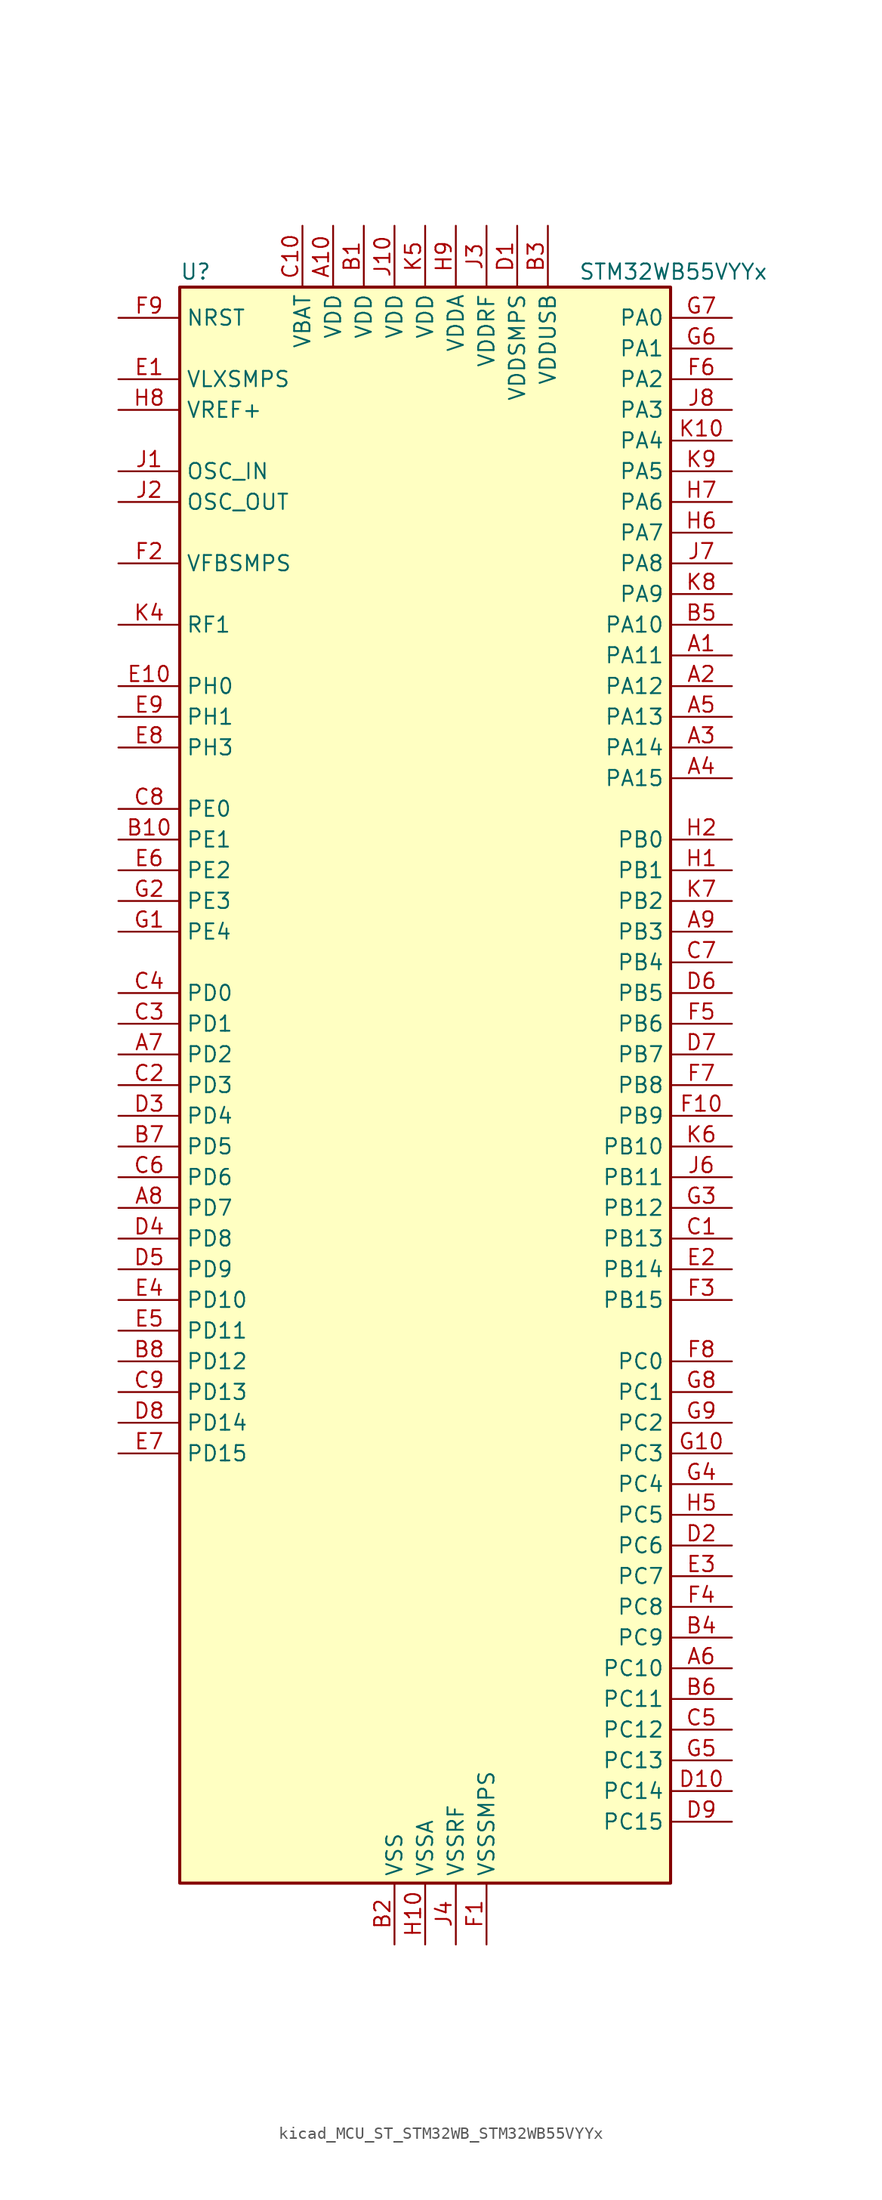
<source format=kicad_sym>
(kicad_symbol_lib
  (version 20220914)
  (generator kicad_symbol_editor)
  (symbol "kicad_MCU_ST_STM32WB_STM32WB55VYYx"
    (property "Reference" "U"
      (at -20.32 67.31 0)
      (effects (font (size 1.27 1.27)) (justify left)))
    (property "Value" "STM32WB55VYYx"
      (at 12.7 67.31 0)
      (effects (font (size 1.27 1.27)) (justify left)))
    (property "ki_locked" ""
      (at 0 0 0)
      (effects (font (size 1.27 1.27))))
    (symbol "kicad_MCU_ST_STM32WB_STM32WB55VYYx_0_1"
      (rectangle (start -20.32 -66.04) (end 20.32 66.04) (stroke (width 0.254) (type default)) (fill (type background))))
    (symbol "kicad_MCU_ST_STM32WB_STM32WB55VYYx_1_1"
      (pin bidirectional line (at 25.4 35.56 180) (length 5.08) (name "PA11" (effects (font (size 1.27 1.27)))) (number "A1" (effects (font (size 1.27 1.27)))) (alternate "ADC1_EXTI11" bidirectional line) (alternate "SPI1_MISO" bidirectional line) (alternate "TIM1_BKIN2" bidirectional line) (alternate "TIM1_CH4" bidirectional line) (alternate "USART1_CTS" bidirectional line) (alternate "USART1_NSS" bidirectional line) (alternate "USB_DM" bidirectional line))
      (pin power_in line (at -7.62 71.12 270) (length 5.08) (name "VDD" (effects (font (size 1.27 1.27)))) (number "A10" (effects (font (size 1.27 1.27)))))
      (pin bidirectional line (at 25.4 33.02 180) (length 5.08) (name "PA12" (effects (font (size 1.27 1.27)))) (number "A2" (effects (font (size 1.27 1.27)))) (alternate "LPUART1_RX" bidirectional line) (alternate "SPI1_MOSI" bidirectional line) (alternate "TIM1_ETR" bidirectional line) (alternate "USART1_DE" bidirectional line) (alternate "USART1_RTS" bidirectional line) (alternate "USB_DP" bidirectional line))
      (pin bidirectional line (at 25.4 27.94 180) (length 5.08) (name "PA14" (effects (font (size 1.27 1.27)))) (number "A3" (effects (font (size 1.27 1.27)))) (alternate "I2C1_SMBA" bidirectional line) (alternate "LCD_SEG5" bidirectional line) (alternate "LPTIM1_OUT" bidirectional line) (alternate "SAI1_FS_B" bidirectional line) (alternate "SYS_JTCK-SWCLK" bidirectional line))
      (pin bidirectional line (at 25.4 25.4 180) (length 5.08) (name "PA15" (effects (font (size 1.27 1.27)))) (number "A4" (effects (font (size 1.27 1.27)))) (alternate "ADC1_EXTI15" bidirectional line) (alternate "LCD_SEG17" bidirectional line) (alternate "RCC_MCO" bidirectional line) (alternate "SPI1_NSS" bidirectional line) (alternate "SYS_JTDI" bidirectional line) (alternate "TIM2_CH1" bidirectional line) (alternate "TIM2_ETR" bidirectional line) (alternate "TSC_G3_IO1" bidirectional line))
      (pin bidirectional line (at 25.4 30.48 180) (length 5.08) (name "PA13" (effects (font (size 1.27 1.27)))) (number "A5" (effects (font (size 1.27 1.27)))) (alternate "IR_OUT" bidirectional line) (alternate "SAI1_SD_B" bidirectional line) (alternate "SYS_JTMS-SWDIO" bidirectional line) (alternate "USB_NOE" bidirectional line))
      (pin bidirectional line (at 25.4 -48.26 180) (length 5.08) (name "PC10" (effects (font (size 1.27 1.27)))) (number "A6" (effects (font (size 1.27 1.27)))) (alternate "LCD_COM4" bidirectional line) (alternate "LCD_SEG28" bidirectional line) (alternate "LCD_SEG40" bidirectional line) (alternate "SYS_TRACED1" bidirectional line) (alternate "TSC_G3_IO2" bidirectional line))
      (pin bidirectional line (at -25.4 2.54 0) (length 5.08) (name "PD2" (effects (font (size 1.27 1.27)))) (number "A7" (effects (font (size 1.27 1.27)))) (alternate "LCD_COM7" bidirectional line) (alternate "LCD_SEG31" bidirectional line) (alternate "LCD_SEG43" bidirectional line) (alternate "SYS_TRACED2" bidirectional line) (alternate "TSC_SYNC" bidirectional line))
      (pin bidirectional line (at -25.4 -10.16 0) (length 5.08) (name "PD7" (effects (font (size 1.27 1.27)))) (number "A8" (effects (font (size 1.27 1.27)))) (alternate "LCD_SEG39" bidirectional line) (alternate "QUADSPI_BK1_IO3" bidirectional line) (alternate "TSC_G5_IO4" bidirectional line))
      (pin bidirectional line (at 25.4 12.7 180) (length 5.08) (name "PB3" (effects (font (size 1.27 1.27)))) (number "A9" (effects (font (size 1.27 1.27)))) (alternate "COMP2_INM" bidirectional line) (alternate "LCD_SEG7" bidirectional line) (alternate "SAI1_SCK_B" bidirectional line) (alternate "SPI1_SCK" bidirectional line) (alternate "SYS_JTDO-SWO" bidirectional line) (alternate "TIM2_CH2" bidirectional line) (alternate "USART1_DE" bidirectional line) (alternate "USART1_RTS" bidirectional line))
      (pin power_in line (at -5.08 71.12 270) (length 5.08) (name "VDD" (effects (font (size 1.27 1.27)))) (number "B1" (effects (font (size 1.27 1.27)))))
      (pin bidirectional line (at -25.4 20.32 0) (length 5.08) (name "PE1" (effects (font (size 1.27 1.27)))) (number "B10" (effects (font (size 1.27 1.27)))) (alternate "LCD_SEG37" bidirectional line) (alternate "TIM17_CH1" bidirectional line) (alternate "TSC_G7_IO2" bidirectional line))
      (pin power_in line (at -2.54 -71.12 90) (length 5.08) (name "VSS" (effects (font (size 1.27 1.27)))) (number "B2" (effects (font (size 1.27 1.27)))))
      (pin power_in line (at 10.16 71.12 270) (length 5.08) (name "VDDUSB" (effects (font (size 1.27 1.27)))) (number "B3" (effects (font (size 1.27 1.27)))))
      (pin bidirectional line (at 25.4 -45.72 180) (length 5.08) (name "PC9" (effects (font (size 1.27 1.27)))) (number "B4" (effects (font (size 1.27 1.27)))) (alternate "LCD_SEG27" bidirectional line) (alternate "SAI1_SCK_B" bidirectional line) (alternate "TIM1_BKIN" bidirectional line) (alternate "TSC_G4_IO4" bidirectional line) (alternate "USB_NOE" bidirectional line))
      (pin bidirectional line (at 25.4 38.1 180) (length 5.08) (name "PA10" (effects (font (size 1.27 1.27)))) (number "B5" (effects (font (size 1.27 1.27)))) (alternate "CRS_SYNC" bidirectional line) (alternate "I2C1_SDA" bidirectional line) (alternate "LCD_COM2" bidirectional line) (alternate "SAI1_D1" bidirectional line) (alternate "SAI1_SD_A" bidirectional line) (alternate "TIM17_BKIN" bidirectional line) (alternate "TIM1_CH3" bidirectional line) (alternate "USART1_RX" bidirectional line))
      (pin bidirectional line (at 25.4 -50.8 180) (length 5.08) (name "PC11" (effects (font (size 1.27 1.27)))) (number "B6" (effects (font (size 1.27 1.27)))) (alternate "ADC1_EXTI11" bidirectional line) (alternate "LCD_COM5" bidirectional line) (alternate "LCD_SEG29" bidirectional line) (alternate "LCD_SEG41" bidirectional line) (alternate "TSC_G3_IO3" bidirectional line))
      (pin bidirectional line (at -25.4 -5.08 0) (length 5.08) (name "PD5" (effects (font (size 1.27 1.27)))) (number "B7" (effects (font (size 1.27 1.27)))) (alternate "QUADSPI_BK1_IO1" bidirectional line) (alternate "SAI1_MCLK_B" bidirectional line) (alternate "TSC_G5_IO2" bidirectional line))
      (pin bidirectional line (at -25.4 -22.86 0) (length 5.08) (name "PD12" (effects (font (size 1.27 1.27)))) (number "B8" (effects (font (size 1.27 1.27)))) (alternate "LCD_SEG32" bidirectional line) (alternate "LPTIM2_IN1" bidirectional line) (alternate "TSC_G6_IO3" bidirectional line))
      (pin passive line (at -2.54 -71.12 90) (length 5.08) hide (name "VSS" (effects (font (size 1.27 1.27)))) (number "B9" (effects (font (size 1.27 1.27)))))
      (pin bidirectional line (at 25.4 -12.7 180) (length 5.08) (name "PB13" (effects (font (size 1.27 1.27)))) (number "C1" (effects (font (size 1.27 1.27)))) (alternate "I2C3_SCL" bidirectional line) (alternate "LCD_SEG13" bidirectional line) (alternate "LPUART1_CTS" bidirectional line) (alternate "SAI1_SCK_A" bidirectional line) (alternate "SPI2_SCK" bidirectional line) (alternate "TIM1_CH1N" bidirectional line) (alternate "TSC_G1_IO2" bidirectional line))
      (pin power_in line (at -10.16 71.12 270) (length 5.08) (name "VBAT" (effects (font (size 1.27 1.27)))) (number "C10" (effects (font (size 1.27 1.27)))))
      (pin bidirectional line (at -25.4 0 0) (length 5.08) (name "PD3" (effects (font (size 1.27 1.27)))) (number "C2" (effects (font (size 1.27 1.27)))) (alternate "QUADSPI_BK1_NCS" bidirectional line) (alternate "SPI2_MISO" bidirectional line) (alternate "SPI2_SCK" bidirectional line))
      (pin bidirectional line (at -25.4 5.08 0) (length 5.08) (name "PD1" (effects (font (size 1.27 1.27)))) (number "C3" (effects (font (size 1.27 1.27)))) (alternate "SPI2_SCK" bidirectional line))
      (pin bidirectional line (at -25.4 7.62 0) (length 5.08) (name "PD0" (effects (font (size 1.27 1.27)))) (number "C4" (effects (font (size 1.27 1.27)))) (alternate "SPI2_NSS" bidirectional line))
      (pin bidirectional line (at 25.4 -53.34 180) (length 5.08) (name "PC12" (effects (font (size 1.27 1.27)))) (number "C5" (effects (font (size 1.27 1.27)))) (alternate "LCD_COM6" bidirectional line) (alternate "LCD_SEG30" bidirectional line) (alternate "LCD_SEG42" bidirectional line) (alternate "RCC_LSCO" bidirectional line) (alternate "RTC_TAMP3" bidirectional line) (alternate "SYS_TRACED3" bidirectional line) (alternate "SYS_WKUP3" bidirectional line) (alternate "TSC_G3_IO4" bidirectional line))
      (pin bidirectional line (at -25.4 -7.62 0) (length 5.08) (name "PD6" (effects (font (size 1.27 1.27)))) (number "C6" (effects (font (size 1.27 1.27)))) (alternate "QUADSPI_BK1_IO2" bidirectional line) (alternate "SAI1_D1" bidirectional line) (alternate "SAI1_SD_A" bidirectional line) (alternate "TSC_G5_IO3" bidirectional line))
      (pin bidirectional line (at 25.4 10.16 180) (length 5.08) (name "PB4" (effects (font (size 1.27 1.27)))) (number "C7" (effects (font (size 1.27 1.27)))) (alternate "COMP2_INP" bidirectional line) (alternate "I2C3_SDA" bidirectional line) (alternate "LCD_SEG8" bidirectional line) (alternate "SAI1_MCLK_B" bidirectional line) (alternate "SPI1_MISO" bidirectional line) (alternate "SYS_JTRST" bidirectional line) (alternate "TIM17_BKIN" bidirectional line) (alternate "TSC_G2_IO1" bidirectional line) (alternate "USART1_CTS" bidirectional line) (alternate "USART1_NSS" bidirectional line))
      (pin bidirectional line (at -25.4 22.86 0) (length 5.08) (name "PE0" (effects (font (size 1.27 1.27)))) (number "C8" (effects (font (size 1.27 1.27)))) (alternate "LCD_SEG36" bidirectional line) (alternate "TIM16_CH1" bidirectional line) (alternate "TIM1_ETR" bidirectional line) (alternate "TSC_G7_IO3" bidirectional line))
      (pin bidirectional line (at -25.4 -25.4 0) (length 5.08) (name "PD13" (effects (font (size 1.27 1.27)))) (number "C9" (effects (font (size 1.27 1.27)))) (alternate "LCD_SEG33" bidirectional line) (alternate "LPTIM2_OUT" bidirectional line) (alternate "TSC_G6_IO4" bidirectional line))
      (pin power_in line (at 7.62 71.12 270) (length 5.08) (name "VDDSMPS" (effects (font (size 1.27 1.27)))) (number "D1" (effects (font (size 1.27 1.27)))))
      (pin bidirectional line (at 25.4 -58.42 180) (length 5.08) (name "PC14" (effects (font (size 1.27 1.27)))) (number "D10" (effects (font (size 1.27 1.27)))) (alternate "RCC_OSC32_IN" bidirectional line))
      (pin bidirectional line (at 25.4 -38.1 180) (length 5.08) (name "PC6" (effects (font (size 1.27 1.27)))) (number "D2" (effects (font (size 1.27 1.27)))) (alternate "LCD_SEG24" bidirectional line) (alternate "TSC_G4_IO1" bidirectional line))
      (pin bidirectional line (at -25.4 -2.54 0) (length 5.08) (name "PD4" (effects (font (size 1.27 1.27)))) (number "D3" (effects (font (size 1.27 1.27)))) (alternate "QUADSPI_BK1_IO0" bidirectional line) (alternate "SPI2_MOSI" bidirectional line) (alternate "TSC_G5_IO1" bidirectional line))
      (pin bidirectional line (at -25.4 -12.7 0) (length 5.08) (name "PD8" (effects (font (size 1.27 1.27)))) (number "D4" (effects (font (size 1.27 1.27)))) (alternate "LCD_SEG28" bidirectional line) (alternate "TIM1_BKIN2" bidirectional line))
      (pin bidirectional line (at -25.4 -15.24 0) (length 5.08) (name "PD9" (effects (font (size 1.27 1.27)))) (number "D5" (effects (font (size 1.27 1.27)))) (alternate "LCD_SEG29" bidirectional line) (alternate "SYS_TRACED0" bidirectional line))
      (pin bidirectional line (at 25.4 7.62 180) (length 5.08) (name "PB5" (effects (font (size 1.27 1.27)))) (number "D6" (effects (font (size 1.27 1.27)))) (alternate "COMP2_OUT" bidirectional line) (alternate "I2C1_SMBA" bidirectional line) (alternate "LCD_SEG9" bidirectional line) (alternate "LPTIM1_IN1" bidirectional line) (alternate "LPUART1_TX" bidirectional line) (alternate "SAI1_SD_B" bidirectional line) (alternate "SPI1_MOSI" bidirectional line) (alternate "TIM16_BKIN" bidirectional line) (alternate "TSC_G2_IO2" bidirectional line) (alternate "USART1_CK" bidirectional line))
      (pin bidirectional line (at 25.4 2.54 180) (length 5.08) (name "PB7" (effects (font (size 1.27 1.27)))) (number "D7" (effects (font (size 1.27 1.27)))) (alternate "COMP2_INM" bidirectional line) (alternate "I2C1_SDA" bidirectional line) (alternate "LCD_SEG21" bidirectional line) (alternate "LPTIM1_IN2" bidirectional line) (alternate "SYS_PVD_IN" bidirectional line) (alternate "TIM17_CH1N" bidirectional line) (alternate "TIM1_BKIN" bidirectional line) (alternate "TSC_G2_IO4" bidirectional line) (alternate "USART1_RX" bidirectional line))
      (pin bidirectional line (at -25.4 -27.94 0) (length 5.08) (name "PD14" (effects (font (size 1.27 1.27)))) (number "D8" (effects (font (size 1.27 1.27)))) (alternate "LCD_SEG34" bidirectional line) (alternate "TIM1_CH1" bidirectional line))
      (pin bidirectional line (at 25.4 -60.96 180) (length 5.08) (name "PC15" (effects (font (size 1.27 1.27)))) (number "D9" (effects (font (size 1.27 1.27)))) (alternate "ADC1_EXTI15" bidirectional line) (alternate "RCC_OSC32_OUT" bidirectional line))
      (pin power_in line (at -25.4 58.42 0) (length 5.08) (name "VLXSMPS" (effects (font (size 1.27 1.27)))) (number "E1" (effects (font (size 1.27 1.27)))))
      (pin bidirectional line (at -25.4 33.02 0) (length 5.08) (name "PH0" (effects (font (size 1.27 1.27)))) (number "E10" (effects (font (size 1.27 1.27)))))
      (pin bidirectional line (at 25.4 -15.24 180) (length 5.08) (name "PB14" (effects (font (size 1.27 1.27)))) (number "E2" (effects (font (size 1.27 1.27)))) (alternate "I2C3_SDA" bidirectional line) (alternate "LCD_SEG14" bidirectional line) (alternate "SAI1_MCLK_A" bidirectional line) (alternate "SPI2_MISO" bidirectional line) (alternate "TIM1_CH2N" bidirectional line) (alternate "TSC_G1_IO3" bidirectional line))
      (pin bidirectional line (at 25.4 -40.64 180) (length 5.08) (name "PC7" (effects (font (size 1.27 1.27)))) (number "E3" (effects (font (size 1.27 1.27)))) (alternate "LCD_SEG25" bidirectional line) (alternate "TSC_G4_IO2" bidirectional line))
      (pin bidirectional line (at -25.4 -17.78 0) (length 5.08) (name "PD10" (effects (font (size 1.27 1.27)))) (number "E4" (effects (font (size 1.27 1.27)))) (alternate "LCD_SEG30" bidirectional line) (alternate "SYS_TRIG_INOUT" bidirectional line) (alternate "TSC_G6_IO1" bidirectional line))
      (pin bidirectional line (at -25.4 -20.32 0) (length 5.08) (name "PD11" (effects (font (size 1.27 1.27)))) (number "E5" (effects (font (size 1.27 1.27)))) (alternate "ADC1_EXTI11" bidirectional line) (alternate "LCD_SEG31" bidirectional line) (alternate "LPTIM2_ETR" bidirectional line) (alternate "TSC_G6_IO2" bidirectional line))
      (pin bidirectional line (at -25.4 17.78 0) (length 5.08) (name "PE2" (effects (font (size 1.27 1.27)))) (number "E6" (effects (font (size 1.27 1.27)))) (alternate "LCD_SEG38" bidirectional line) (alternate "SAI1_CK1" bidirectional line) (alternate "SAI1_MCLK_A" bidirectional line) (alternate "SYS_TRACECLK" bidirectional line) (alternate "TSC_G7_IO1" bidirectional line))
      (pin bidirectional line (at -25.4 -30.48 0) (length 5.08) (name "PD15" (effects (font (size 1.27 1.27)))) (number "E7" (effects (font (size 1.27 1.27)))) (alternate "ADC1_EXTI15" bidirectional line) (alternate "LCD_SEG35" bidirectional line) (alternate "TIM1_CH2" bidirectional line))
      (pin bidirectional line (at -25.4 27.94 0) (length 5.08) (name "PH3" (effects (font (size 1.27 1.27)))) (number "E8" (effects (font (size 1.27 1.27)))) (alternate "RCC_LSCO" bidirectional line))
      (pin bidirectional line (at -25.4 30.48 0) (length 5.08) (name "PH1" (effects (font (size 1.27 1.27)))) (number "E9" (effects (font (size 1.27 1.27)))))
      (pin power_in line (at 5.08 -71.12 90) (length 5.08) (name "VSSSMPS" (effects (font (size 1.27 1.27)))) (number "F1" (effects (font (size 1.27 1.27)))))
      (pin bidirectional line (at 25.4 -2.54 180) (length 5.08) (name "PB9" (effects (font (size 1.27 1.27)))) (number "F10" (effects (font (size 1.27 1.27)))) (alternate "I2C1_SDA" bidirectional line) (alternate "IR_OUT" bidirectional line) (alternate "LCD_COM3" bidirectional line) (alternate "QUADSPI_BK1_IO0" bidirectional line) (alternate "SAI1_D2" bidirectional line) (alternate "SAI1_FS_A" bidirectional line) (alternate "SPI2_NSS" bidirectional line) (alternate "TIM17_CH1" bidirectional line) (alternate "TIM1_CH3N" bidirectional line) (alternate "TSC_G7_IO4" bidirectional line))
      (pin input line (at -25.4 43.18 0) (length 5.08) (name "VFBSMPS" (effects (font (size 1.27 1.27)))) (number "F2" (effects (font (size 1.27 1.27)))))
      (pin bidirectional line (at 25.4 -17.78 180) (length 5.08) (name "PB15" (effects (font (size 1.27 1.27)))) (number "F3" (effects (font (size 1.27 1.27)))) (alternate "ADC1_EXTI15" bidirectional line) (alternate "LCD_SEG15" bidirectional line) (alternate "RTC_REFIN" bidirectional line) (alternate "SAI1_SD_A" bidirectional line) (alternate "SPI2_MOSI" bidirectional line) (alternate "TIM1_CH3N" bidirectional line) (alternate "TSC_G1_IO4" bidirectional line))
      (pin bidirectional line (at 25.4 -43.18 180) (length 5.08) (name "PC8" (effects (font (size 1.27 1.27)))) (number "F4" (effects (font (size 1.27 1.27)))) (alternate "LCD_SEG26" bidirectional line) (alternate "TSC_G4_IO3" bidirectional line))
      (pin bidirectional line (at 25.4 5.08 180) (length 5.08) (name "PB6" (effects (font (size 1.27 1.27)))) (number "F5" (effects (font (size 1.27 1.27)))) (alternate "COMP2_INP" bidirectional line) (alternate "I2C1_SCL" bidirectional line) (alternate "LCD_SEG6" bidirectional line) (alternate "LPTIM1_ETR" bidirectional line) (alternate "RCC_MCO" bidirectional line) (alternate "SAI1_FS_B" bidirectional line) (alternate "TIM16_CH1N" bidirectional line) (alternate "TSC_G2_IO3" bidirectional line) (alternate "USART1_TX" bidirectional line))
      (pin bidirectional line (at 25.4 58.42 180) (length 5.08) (name "PA2" (effects (font (size 1.27 1.27)))) (number "F6" (effects (font (size 1.27 1.27)))) (alternate "ADC1_IN7" bidirectional line) (alternate "COMP2_INM" bidirectional line) (alternate "COMP2_OUT" bidirectional line) (alternate "LCD_SEG1" bidirectional line) (alternate "LPUART1_TX" bidirectional line) (alternate "QUADSPI_BK1_NCS" bidirectional line) (alternate "RCC_LSCO" bidirectional line) (alternate "SYS_WKUP4" bidirectional line) (alternate "TIM2_CH3" bidirectional line))
      (pin bidirectional line (at 25.4 0 180) (length 5.08) (name "PB8" (effects (font (size 1.27 1.27)))) (number "F7" (effects (font (size 1.27 1.27)))) (alternate "I2C1_SCL" bidirectional line) (alternate "LCD_SEG16" bidirectional line) (alternate "QUADSPI_BK1_IO1" bidirectional line) (alternate "SAI1_CK1" bidirectional line) (alternate "SAI1_MCLK_A" bidirectional line) (alternate "TIM16_CH1" bidirectional line) (alternate "TIM1_CH2N" bidirectional line))
      (pin bidirectional line (at 25.4 -22.86 180) (length 5.08) (name "PC0" (effects (font (size 1.27 1.27)))) (number "F8" (effects (font (size 1.27 1.27)))) (alternate "ADC1_IN1" bidirectional line) (alternate "I2C3_SCL" bidirectional line) (alternate "LCD_SEG18" bidirectional line) (alternate "LPTIM1_IN1" bidirectional line) (alternate "LPTIM2_IN1" bidirectional line) (alternate "LPUART1_RX" bidirectional line))
      (pin input line (at -25.4 63.5 0) (length 5.08) (name "NRST" (effects (font (size 1.27 1.27)))) (number "F9" (effects (font (size 1.27 1.27)))))
      (pin bidirectional line (at -25.4 12.7 0) (length 5.08) (name "PE4" (effects (font (size 1.27 1.27)))) (number "G1" (effects (font (size 1.27 1.27)))))
      (pin bidirectional line (at 25.4 -30.48 180) (length 5.08) (name "PC3" (effects (font (size 1.27 1.27)))) (number "G10" (effects (font (size 1.27 1.27)))) (alternate "ADC1_IN4" bidirectional line) (alternate "LCD_VLCD" bidirectional line) (alternate "LPTIM1_ETR" bidirectional line) (alternate "LPTIM2_ETR" bidirectional line) (alternate "SAI1_D1" bidirectional line) (alternate "SAI1_SD_A" bidirectional line) (alternate "SPI2_MOSI" bidirectional line))
      (pin bidirectional line (at -25.4 15.24 0) (length 5.08) (name "PE3" (effects (font (size 1.27 1.27)))) (number "G2" (effects (font (size 1.27 1.27)))))
      (pin bidirectional line (at 25.4 -10.16 180) (length 5.08) (name "PB12" (effects (font (size 1.27 1.27)))) (number "G3" (effects (font (size 1.27 1.27)))) (alternate "I2C3_SMBA" bidirectional line) (alternate "LCD_SEG12" bidirectional line) (alternate "LPUART1_DE" bidirectional line) (alternate "LPUART1_RTS" bidirectional line) (alternate "SAI1_FS_A" bidirectional line) (alternate "SPI2_NSS" bidirectional line) (alternate "TIM1_BKIN" bidirectional line) (alternate "TSC_G1_IO1" bidirectional line))
      (pin bidirectional line (at 25.4 -33.02 180) (length 5.08) (name "PC4" (effects (font (size 1.27 1.27)))) (number "G4" (effects (font (size 1.27 1.27)))) (alternate "ADC1_IN13" bidirectional line) (alternate "COMP1_INM" bidirectional line) (alternate "LCD_SEG22" bidirectional line))
      (pin bidirectional line (at 25.4 -55.88 180) (length 5.08) (name "PC13" (effects (font (size 1.27 1.27)))) (number "G5" (effects (font (size 1.27 1.27)))) (alternate "RTC_OUT1" bidirectional line) (alternate "RTC_TAMP1" bidirectional line) (alternate "RTC_TS" bidirectional line) (alternate "SYS_WKUP2" bidirectional line))
      (pin bidirectional line (at 25.4 60.96 180) (length 5.08) (name "PA1" (effects (font (size 1.27 1.27)))) (number "G6" (effects (font (size 1.27 1.27)))) (alternate "ADC1_IN6" bidirectional line) (alternate "COMP1_INP" bidirectional line) (alternate "I2C1_SMBA" bidirectional line) (alternate "LCD_SEG0" bidirectional line) (alternate "SPI1_SCK" bidirectional line) (alternate "TIM2_CH2" bidirectional line))
      (pin bidirectional line (at 25.4 63.5 180) (length 5.08) (name "PA0" (effects (font (size 1.27 1.27)))) (number "G7" (effects (font (size 1.27 1.27)))) (alternate "ADC1_IN5" bidirectional line) (alternate "COMP1_INM" bidirectional line) (alternate "COMP1_OUT" bidirectional line) (alternate "RTC_TAMP2" bidirectional line) (alternate "SAI1_EXTCLK" bidirectional line) (alternate "SYS_WKUP1" bidirectional line) (alternate "TIM2_CH1" bidirectional line) (alternate "TIM2_ETR" bidirectional line))
      (pin bidirectional line (at 25.4 -25.4 180) (length 5.08) (name "PC1" (effects (font (size 1.27 1.27)))) (number "G8" (effects (font (size 1.27 1.27)))) (alternate "ADC1_IN2" bidirectional line) (alternate "I2C3_SDA" bidirectional line) (alternate "LCD_SEG19" bidirectional line) (alternate "LPTIM1_OUT" bidirectional line) (alternate "LPUART1_TX" bidirectional line) (alternate "SPI2_MOSI" bidirectional line))
      (pin bidirectional line (at 25.4 -27.94 180) (length 5.08) (name "PC2" (effects (font (size 1.27 1.27)))) (number "G9" (effects (font (size 1.27 1.27)))) (alternate "ADC1_IN3" bidirectional line) (alternate "LCD_SEG20" bidirectional line) (alternate "LPTIM1_IN2" bidirectional line) (alternate "SPI2_MISO" bidirectional line))
      (pin bidirectional line (at 25.4 17.78 180) (length 5.08) (name "PB1" (effects (font (size 1.27 1.27)))) (number "H1" (effects (font (size 1.27 1.27)))) (alternate "LPTIM2_IN1" bidirectional line) (alternate "LPUART1_DE" bidirectional line) (alternate "LPUART1_RTS" bidirectional line))
      (pin power_in line (at 0 -71.12 90) (length 5.08) (name "VSSA" (effects (font (size 1.27 1.27)))) (number "H10" (effects (font (size 1.27 1.27)))))
      (pin bidirectional line (at 25.4 20.32 180) (length 5.08) (name "PB0" (effects (font (size 1.27 1.27)))) (number "H2" (effects (font (size 1.27 1.27)))) (alternate "COMP1_OUT" bidirectional line) (alternate "RF_TX_MOD_EXT_PA" bidirectional line))
      (pin no_connect line (at -20.32 -66.04 0) (length 5.08) hide (name "AT0" (effects (font (size 1.27 1.27)))) (number "H3" (effects (font (size 1.27 1.27)))))
      (pin no_connect line (at -20.32 -63.5 0) (length 5.08) hide (name "AT1" (effects (font (size 1.27 1.27)))) (number "H4" (effects (font (size 1.27 1.27)))))
      (pin bidirectional line (at 25.4 -35.56 180) (length 5.08) (name "PC5" (effects (font (size 1.27 1.27)))) (number "H5" (effects (font (size 1.27 1.27)))) (alternate "ADC1_IN14" bidirectional line) (alternate "COMP1_INP" bidirectional line) (alternate "LCD_SEG23" bidirectional line) (alternate "SAI1_D3" bidirectional line) (alternate "SYS_WKUP5" bidirectional line))
      (pin bidirectional line (at 25.4 45.72 180) (length 5.08) (name "PA7" (effects (font (size 1.27 1.27)))) (number "H6" (effects (font (size 1.27 1.27)))) (alternate "ADC1_IN12" bidirectional line) (alternate "COMP2_OUT" bidirectional line) (alternate "I2C3_SCL" bidirectional line) (alternate "LCD_SEG4" bidirectional line) (alternate "QUADSPI_BK1_IO2" bidirectional line) (alternate "SPI1_MOSI" bidirectional line) (alternate "TIM17_CH1" bidirectional line) (alternate "TIM1_CH1N" bidirectional line))
      (pin bidirectional line (at 25.4 48.26 180) (length 5.08) (name "PA6" (effects (font (size 1.27 1.27)))) (number "H7" (effects (font (size 1.27 1.27)))) (alternate "ADC1_IN11" bidirectional line) (alternate "LCD_SEG3" bidirectional line) (alternate "LPUART1_CTS" bidirectional line) (alternate "QUADSPI_BK1_IO3" bidirectional line) (alternate "SPI1_MISO" bidirectional line) (alternate "TIM16_CH1" bidirectional line) (alternate "TIM1_BKIN" bidirectional line))
      (pin input line (at -25.4 55.88 0) (length 5.08) (name "VREF+" (effects (font (size 1.27 1.27)))) (number "H8" (effects (font (size 1.27 1.27)))) (alternate "VREFBUF_OUT" bidirectional line))
      (pin power_in line (at 2.54 71.12 270) (length 5.08) (name "VDDA" (effects (font (size 1.27 1.27)))) (number "H9" (effects (font (size 1.27 1.27)))))
      (pin input line (at -25.4 50.8 0) (length 5.08) (name "OSC_IN" (effects (font (size 1.27 1.27)))) (number "J1" (effects (font (size 1.27 1.27)))) (alternate "RCC_OSC_IN" bidirectional line))
      (pin power_in line (at -2.54 71.12 270) (length 5.08) (name "VDD" (effects (font (size 1.27 1.27)))) (number "J10" (effects (font (size 1.27 1.27)))))
      (pin input line (at -25.4 48.26 0) (length 5.08) (name "OSC_OUT" (effects (font (size 1.27 1.27)))) (number "J2" (effects (font (size 1.27 1.27)))) (alternate "RCC_OSC_OUT" bidirectional line))
      (pin power_in line (at 5.08 71.12 270) (length 5.08) (name "VDDRF" (effects (font (size 1.27 1.27)))) (number "J3" (effects (font (size 1.27 1.27)))))
      (pin power_in line (at 2.54 -71.12 90) (length 5.08) (name "VSSRF" (effects (font (size 1.27 1.27)))) (number "J4" (effects (font (size 1.27 1.27)))))
      (pin passive line (at -2.54 -71.12 90) (length 5.08) hide (name "VSS" (effects (font (size 1.27 1.27)))) (number "J5" (effects (font (size 1.27 1.27)))))
      (pin bidirectional line (at 25.4 -7.62 180) (length 5.08) (name "PB11" (effects (font (size 1.27 1.27)))) (number "J6" (effects (font (size 1.27 1.27)))) (alternate "ADC1_EXTI11" bidirectional line) (alternate "COMP2_OUT" bidirectional line) (alternate "I2C3_SDA" bidirectional line) (alternate "LCD_SEG11" bidirectional line) (alternate "LPUART1_TX" bidirectional line) (alternate "QUADSPI_BK1_NCS" bidirectional line) (alternate "TIM2_CH4" bidirectional line))
      (pin bidirectional line (at 25.4 43.18 180) (length 5.08) (name "PA8" (effects (font (size 1.27 1.27)))) (number "J7" (effects (font (size 1.27 1.27)))) (alternate "ADC1_IN15" bidirectional line) (alternate "LCD_COM0" bidirectional line) (alternate "LPTIM2_OUT" bidirectional line) (alternate "RCC_MCO" bidirectional line) (alternate "SAI1_CK2" bidirectional line) (alternate "SAI1_SCK_A" bidirectional line) (alternate "TIM1_CH1" bidirectional line) (alternate "USART1_CK" bidirectional line))
      (pin bidirectional line (at 25.4 55.88 180) (length 5.08) (name "PA3" (effects (font (size 1.27 1.27)))) (number "J8" (effects (font (size 1.27 1.27)))) (alternate "ADC1_IN8" bidirectional line) (alternate "COMP2_INP" bidirectional line) (alternate "LCD_SEG2" bidirectional line) (alternate "LPUART1_RX" bidirectional line) (alternate "QUADSPI_CLK" bidirectional line) (alternate "SAI1_CK1" bidirectional line) (alternate "SAI1_MCLK_A" bidirectional line) (alternate "TIM2_CH4" bidirectional line))
      (pin passive line (at -2.54 -71.12 90) (length 5.08) hide (name "VSS" (effects (font (size 1.27 1.27)))) (number "J9" (effects (font (size 1.27 1.27)))))
      (pin passive line (at 2.54 -71.12 90) (length 5.08) hide (name "VSSRF" (effects (font (size 1.27 1.27)))) (number "K1" (effects (font (size 1.27 1.27)))))
      (pin bidirectional line (at 25.4 53.34 180) (length 5.08) (name "PA4" (effects (font (size 1.27 1.27)))) (number "K10" (effects (font (size 1.27 1.27)))) (alternate "ADC1_IN9" bidirectional line) (alternate "COMP1_INM" bidirectional line) (alternate "COMP2_INM" bidirectional line) (alternate "LCD_SEG5" bidirectional line) (alternate "LPTIM2_OUT" bidirectional line) (alternate "SAI1_FS_B" bidirectional line) (alternate "SPI1_NSS" bidirectional line))
      (pin passive line (at 2.54 -71.12 90) (length 5.08) hide (name "VSSRF" (effects (font (size 1.27 1.27)))) (number "K2" (effects (font (size 1.27 1.27)))))
      (pin passive line (at 2.54 -71.12 90) (length 5.08) hide (name "VSSRF" (effects (font (size 1.27 1.27)))) (number "K3" (effects (font (size 1.27 1.27)))))
      (pin bidirectional line (at -25.4 38.1 0) (length 5.08) (name "RF1" (effects (font (size 1.27 1.27)))) (number "K4" (effects (font (size 1.27 1.27)))) (alternate "RF_RF1" bidirectional line))
      (pin power_in line (at 0 71.12 270) (length 5.08) (name "VDD" (effects (font (size 1.27 1.27)))) (number "K5" (effects (font (size 1.27 1.27)))))
      (pin bidirectional line (at 25.4 -5.08 180) (length 5.08) (name "PB10" (effects (font (size 1.27 1.27)))) (number "K6" (effects (font (size 1.27 1.27)))) (alternate "COMP1_OUT" bidirectional line) (alternate "I2C3_SCL" bidirectional line) (alternate "LCD_SEG10" bidirectional line) (alternate "LPUART1_RX" bidirectional line) (alternate "QUADSPI_CLK" bidirectional line) (alternate "SAI1_SCK_A" bidirectional line) (alternate "SPI2_SCK" bidirectional line) (alternate "TIM2_CH3" bidirectional line) (alternate "TSC_SYNC" bidirectional line))
      (pin bidirectional line (at 25.4 15.24 180) (length 5.08) (name "PB2" (effects (font (size 1.27 1.27)))) (number "K7" (effects (font (size 1.27 1.27)))) (alternate "COMP1_INP" bidirectional line) (alternate "I2C3_SMBA" bidirectional line) (alternate "LCD_VLCD" bidirectional line) (alternate "LPTIM1_OUT" bidirectional line) (alternate "RTC_OUT2" bidirectional line) (alternate "SAI1_EXTCLK" bidirectional line) (alternate "SPI1_NSS" bidirectional line))
      (pin bidirectional line (at 25.4 40.64 180) (length 5.08) (name "PA9" (effects (font (size 1.27 1.27)))) (number "K8" (effects (font (size 1.27 1.27)))) (alternate "ADC1_IN16" bidirectional line) (alternate "COMP1_INM" bidirectional line) (alternate "I2C1_SCL" bidirectional line) (alternate "LCD_COM1" bidirectional line) (alternate "SAI1_D2" bidirectional line) (alternate "SAI1_FS_A" bidirectional line) (alternate "SPI2_SCK" bidirectional line) (alternate "TIM1_CH2" bidirectional line) (alternate "USART1_TX" bidirectional line))
      (pin bidirectional line (at 25.4 50.8 180) (length 5.08) (name "PA5" (effects (font (size 1.27 1.27)))) (number "K9" (effects (font (size 1.27 1.27)))) (alternate "ADC1_IN10" bidirectional line) (alternate "COMP1_INM" bidirectional line) (alternate "COMP2_INM" bidirectional line) (alternate "LPTIM2_ETR" bidirectional line) (alternate "SAI1_SD_B" bidirectional line) (alternate "SPI1_SCK" bidirectional line) (alternate "TIM2_CH1" bidirectional line) (alternate "TIM2_ETR" bidirectional line)))))
</source>
